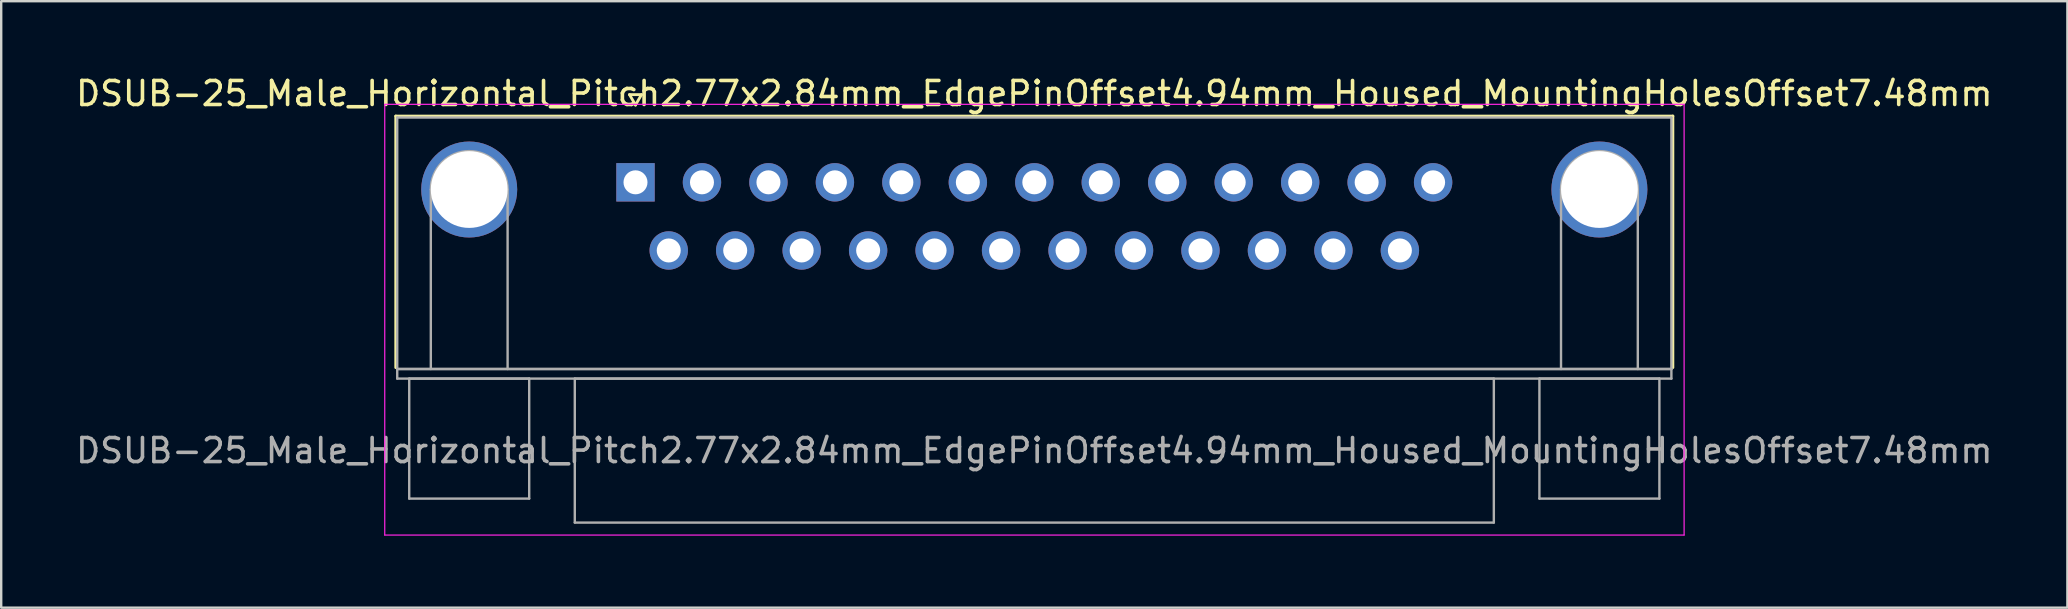
<source format=kicad_pcb>
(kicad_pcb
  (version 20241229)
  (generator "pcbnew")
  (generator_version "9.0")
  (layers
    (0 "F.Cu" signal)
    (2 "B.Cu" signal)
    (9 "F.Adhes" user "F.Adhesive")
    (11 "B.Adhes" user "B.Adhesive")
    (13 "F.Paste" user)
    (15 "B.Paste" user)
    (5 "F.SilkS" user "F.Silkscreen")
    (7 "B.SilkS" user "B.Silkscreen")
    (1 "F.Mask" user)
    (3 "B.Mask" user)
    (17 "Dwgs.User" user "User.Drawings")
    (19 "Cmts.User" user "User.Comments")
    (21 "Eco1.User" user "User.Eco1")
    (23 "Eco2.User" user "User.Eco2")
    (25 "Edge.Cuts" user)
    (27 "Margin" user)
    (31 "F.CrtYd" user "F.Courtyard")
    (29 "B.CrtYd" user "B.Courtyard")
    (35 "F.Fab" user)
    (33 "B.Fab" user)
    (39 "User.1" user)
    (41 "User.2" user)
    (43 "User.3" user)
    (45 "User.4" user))
  (footprint "DSUB-25_Male_Horizontal_Pitch2.77x2.84mm_EdgePinOffset4.94mm_Housed_MountingHolesOffset7.48mm"
    (layer "F.Cu")
    (at 23.434 4.548)
    (property "Reference" "DSUB-25_Male_Horizontal_Pitch2.77x2.84mm_EdgePinOffset4.94mm_Housed_MountingHolesOffset7.48mm" (at 16.62 -3.7 0) (layer "F.SilkS") (effects (font (size 1 1) (thickness 0.15))))
    (attr through_hole)
    (fp_line (start -9.99 -2.76) (end 43.23 -2.76) (stroke (width 0.12) (type solid)) (layer "F.SilkS"))
    (fp_line (start -9.99 7.72) (end -9.99 -2.76) (stroke (width 0.12) (type solid)) (layer "F.SilkS"))
    (fp_line (start -0.25 -3.654) (end 0.25 -3.654) (stroke (width 0.12) (type solid)) (layer "F.SilkS"))
    (fp_line (start 0 -3.221) (end -0.25 -3.654) (stroke (width 0.12) (type solid)) (layer "F.SilkS"))
    (fp_line (start 0.25 -3.654) (end 0 -3.221) (stroke (width 0.12) (type solid)) (layer "F.SilkS"))
    (fp_line (start 43.23 -2.76) (end 43.23 7.72) (stroke (width 0.12) (type solid)) (layer "F.SilkS"))
    (fp_line (start -10.45 -3.25) (end -10.45 14.7) (stroke (width 0.05) (type solid)) (layer "F.CrtYd"))
    (fp_line (start -10.45 14.7) (end 43.7 14.7) (stroke (width 0.05) (type solid)) (layer "F.CrtYd"))
    (fp_line (start 43.7 -3.25) (end -10.45 -3.25) (stroke (width 0.05) (type solid)) (layer "F.CrtYd"))
    (fp_line (start 43.7 14.7) (end 43.7 -3.25) (stroke (width 0.05) (type solid)) (layer "F.CrtYd"))
    (fp_line (start -9.93 -2.7) (end -9.93 7.78) (stroke (width 0.1) (type solid)) (layer "F.Fab"))
    (fp_line (start -9.93 7.78) (end -9.93 8.18) (stroke (width 0.1) (type solid)) (layer "F.Fab"))
    (fp_line (start -9.93 7.78) (end 43.17 7.78) (stroke (width 0.1) (type solid)) (layer "F.Fab"))
    (fp_line (start -9.93 8.18) (end 43.17 8.18) (stroke (width 0.1) (type solid)) (layer "F.Fab"))
    (fp_line (start -9.43 8.18) (end -9.43 13.18) (stroke (width 0.1) (type solid)) (layer "F.Fab"))
    (fp_line (start -9.43 13.18) (end -4.43 13.18) (stroke (width 0.1) (type solid)) (layer "F.Fab"))
    (fp_line (start -8.53 7.78) (end -8.53 0.3) (stroke (width 0.1) (type solid)) (layer "F.Fab"))
    (fp_line (start -5.33 7.78) (end -5.33 0.3) (stroke (width 0.1) (type solid)) (layer "F.Fab"))
    (fp_line (start -4.43 8.18) (end -9.43 8.18) (stroke (width 0.1) (type solid)) (layer "F.Fab"))
    (fp_line (start -4.43 13.18) (end -4.43 8.18) (stroke (width 0.1) (type solid)) (layer "F.Fab"))
    (fp_line (start -2.53 8.18) (end -2.53 14.18) (stroke (width 0.1) (type solid)) (layer "F.Fab"))
    (fp_line (start -2.53 14.18) (end 35.77 14.18) (stroke (width 0.1) (type solid)) (layer "F.Fab"))
    (fp_line (start 35.77 8.18) (end -2.53 8.18) (stroke (width 0.1) (type solid)) (layer "F.Fab"))
    (fp_line (start 35.77 14.18) (end 35.77 8.18) (stroke (width 0.1) (type solid)) (layer "F.Fab"))
    (fp_line (start 37.67 8.18) (end 37.67 13.18) (stroke (width 0.1) (type solid)) (layer "F.Fab"))
    (fp_line (start 37.67 13.18) (end 42.67 13.18) (stroke (width 0.1) (type solid)) (layer "F.Fab"))
    (fp_line (start 38.57 7.78) (end 38.57 0.3) (stroke (width 0.1) (type solid)) (layer "F.Fab"))
    (fp_line (start 41.77 7.78) (end 41.77 0.3) (stroke (width 0.1) (type solid)) (layer "F.Fab"))
    (fp_line (start 42.67 8.18) (end 37.67 8.18) (stroke (width 0.1) (type solid)) (layer "F.Fab"))
    (fp_line (start 42.67 13.18) (end 42.67 8.18) (stroke (width 0.1) (type solid)) (layer "F.Fab"))
    (fp_line (start 43.17 -2.7) (end -9.93 -2.7) (stroke (width 0.1) (type solid)) (layer "F.Fab"))
    (fp_line (start 43.17 7.78) (end -9.93 7.78) (stroke (width 0.1) (type solid)) (layer "F.Fab"))
    (fp_line (start 43.17 7.78) (end 43.17 -2.7) (stroke (width 0.1) (type solid)) (layer "F.Fab"))
    (fp_line (start 43.17 8.18) (end 43.17 7.78) (stroke (width 0.1) (type solid)) (layer "F.Fab"))
    (fp_arc (start -8.53 0.3) (mid -6.93 -1.3) (end -5.33 0.3) (stroke (width 0.1) (type solid)) (layer "F.Fab"))
    (fp_arc (start 38.57 0.3) (mid 40.17 -1.3) (end 41.77 0.3) (stroke (width 0.1) (type solid)) (layer "F.Fab"))
    (fp_text user "${REFERENCE}" (at 16.62 11.18 0) (layer "F.Fab") (effects (font (size 1 1) (thickness 0.15))))
    (pad "0" thru_hole circle (at -6.93 0.3) (size 4 4) (drill 3.2) (layers "*.Cu" "*.Mask"))
    (pad "0" thru_hole circle (at 40.17 0.3) (size 4 4) (drill 3.2) (layers "*.Cu" "*.Mask"))
    (pad "1" thru_hole rect (at 0 0) (size 1.6 1.6) (drill 1) (layers "*.Cu" "*.Mask"))
    (pad "2" thru_hole circle (at 2.77 0) (size 1.6 1.6) (drill 1) (layers "*.Cu" "*.Mask"))
    (pad "3" thru_hole circle (at 5.54 0) (size 1.6 1.6) (drill 1) (layers "*.Cu" "*.Mask"))
    (pad "4" thru_hole circle (at 8.31 0) (size 1.6 1.6) (drill 1) (layers "*.Cu" "*.Mask"))
    (pad "5" thru_hole circle (at 11.08 0) (size 1.6 1.6) (drill 1) (layers "*.Cu" "*.Mask"))
    (pad "6" thru_hole circle (at 13.85 0) (size 1.6 1.6) (drill 1) (layers "*.Cu" "*.Mask"))
    (pad "7" thru_hole circle (at 16.62 0) (size 1.6 1.6) (drill 1) (layers "*.Cu" "*.Mask"))
    (pad "8" thru_hole circle (at 19.39 0) (size 1.6 1.6) (drill 1) (layers "*.Cu" "*.Mask"))
    (pad "9" thru_hole circle (at 22.16 0) (size 1.6 1.6) (drill 1) (layers "*.Cu" "*.Mask"))
    (pad "10" thru_hole circle (at 24.93 0) (size 1.6 1.6) (drill 1) (layers "*.Cu" "*.Mask"))
    (pad "11" thru_hole circle (at 27.7 0) (size 1.6 1.6) (drill 1) (layers "*.Cu" "*.Mask"))
    (pad "12" thru_hole circle (at 30.47 0) (size 1.6 1.6) (drill 1) (layers "*.Cu" "*.Mask"))
    (pad "13" thru_hole circle (at 33.24 0) (size 1.6 1.6) (drill 1) (layers "*.Cu" "*.Mask"))
    (pad "14" thru_hole circle (at 1.385 2.84) (size 1.6 1.6) (drill 1) (layers "*.Cu" "*.Mask"))
    (pad "15" thru_hole circle (at 4.155 2.84) (size 1.6 1.6) (drill 1) (layers "*.Cu" "*.Mask"))
    (pad "16" thru_hole circle (at 6.925 2.84) (size 1.6 1.6) (drill 1) (layers "*.Cu" "*.Mask"))
    (pad "17" thru_hole circle (at 9.695 2.84) (size 1.6 1.6) (drill 1) (layers "*.Cu" "*.Mask"))
    (pad "18" thru_hole circle (at 12.465 2.84) (size 1.6 1.6) (drill 1) (layers "*.Cu" "*.Mask"))
    (pad "19" thru_hole circle (at 15.235 2.84) (size 1.6 1.6) (drill 1) (layers "*.Cu" "*.Mask"))
    (pad "20" thru_hole circle (at 18.005 2.84) (size 1.6 1.6) (drill 1) (layers "*.Cu" "*.Mask"))
    (pad "21" thru_hole circle (at 20.775 2.84) (size 1.6 1.6) (drill 1) (layers "*.Cu" "*.Mask"))
    (pad "22" thru_hole circle (at 23.545 2.84) (size 1.6 1.6) (drill 1) (layers "*.Cu" "*.Mask"))
    (pad "23" thru_hole circle (at 26.315 2.84) (size 1.6 1.6) (drill 1) (layers "*.Cu" "*.Mask"))
    (pad "24" thru_hole circle (at 29.085 2.84) (size 1.6 1.6) (drill 1) (layers "*.Cu" "*.Mask"))
    (pad "25" thru_hole circle (at 31.855 2.84) (size 1.6 1.6) (drill 1) (layers "*.Cu" "*.Mask")))
  (gr_rect
    (start -3 -3)
    (end 83.107 22.273)
    (stroke (width 0.1) (type default))
    (fill no)
    (layer "Edge.Cuts")))
</source>
